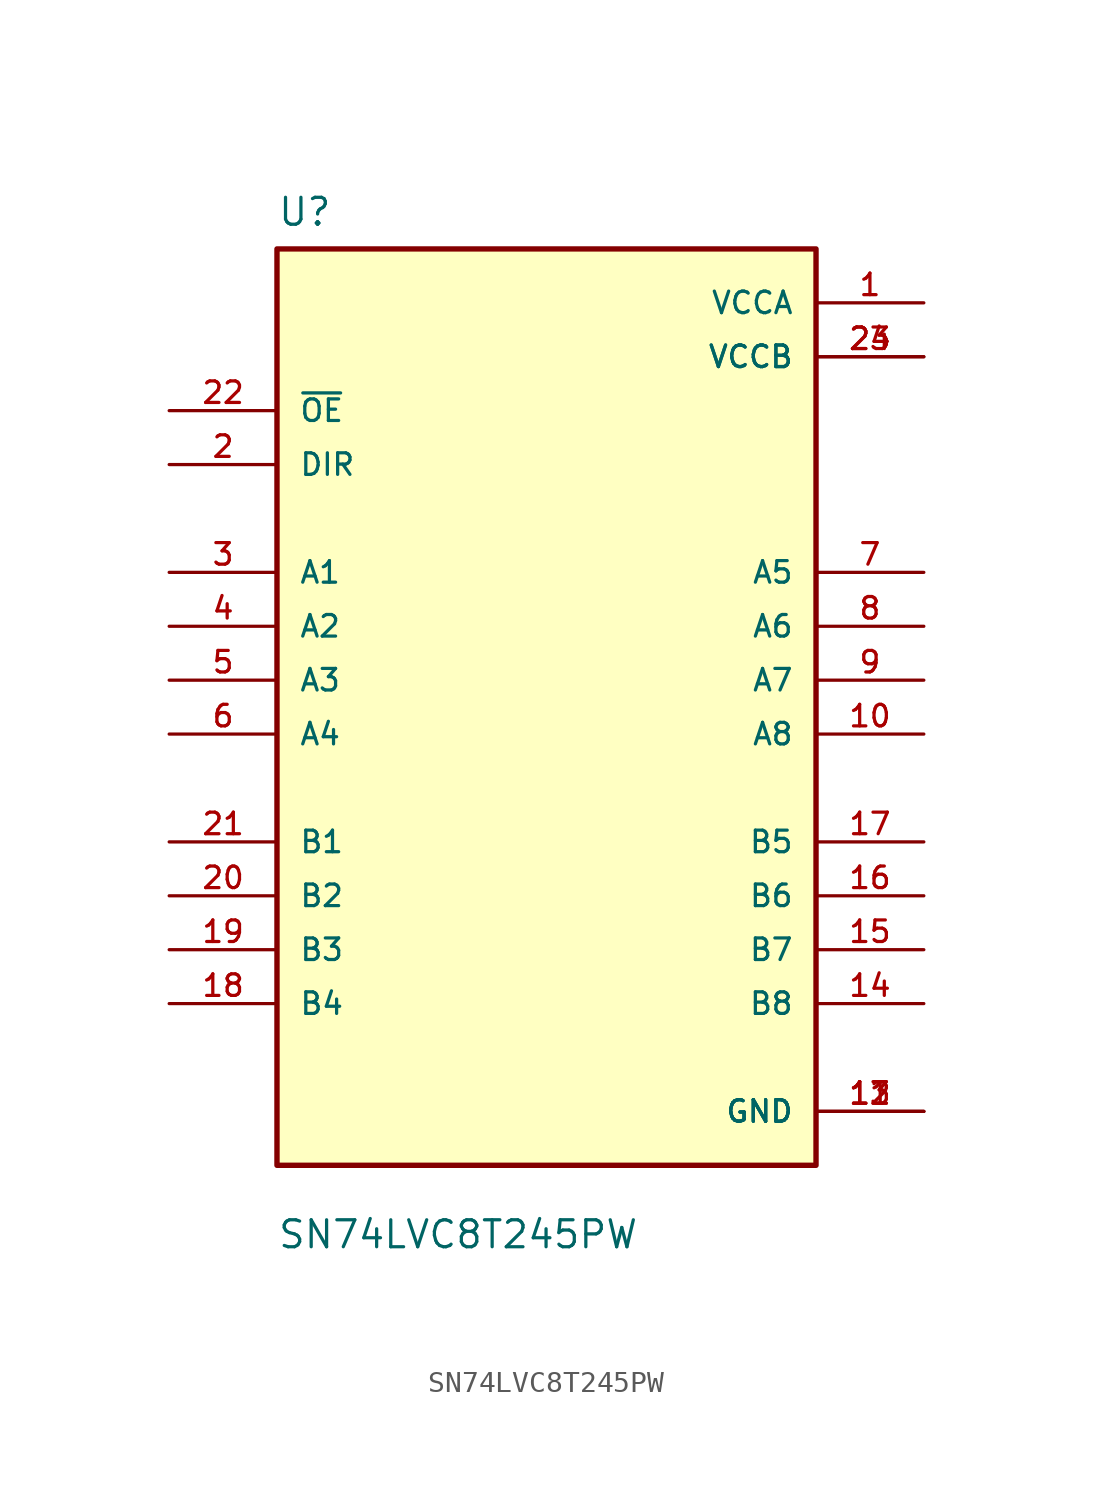
<source format=kicad_sym>
(kicad_symbol_lib
  (version 20211014)
  (generator kicad_symbol_editor)
  (symbol "SN74LVC8T245PW"
    (pin_names
      (offset 1.016))
    (property "Reference" "U"
      (at -12.7 23.86 0.0)
      (effects (font (size 1.27 1.27)) (justify bottom left)))
    (property "Value" "SN74LVC8T245PW"
      (at -12.7 -24.32 0.0)
      (effects (font (size 1.27 1.27)) (justify bottom left)))
    (symbol "SN74LVC8T245PW_0_0"
      (rectangle (start -12.7 -20.32) (end 12.7 22.86) (stroke (width 0.254)) (fill (type background)))
      (pin input line (at -17.78 15.24 0) (length 5.08) (name "~{OE}" (effects (font (size 1.016 1.016)))) (number "22" (effects (font (size 1.016 1.016)))))
      (pin bidirectional line (at -17.78 7.62 0) (length 5.08) (name "A1" (effects (font (size 1.016 1.016)))) (number "3" (effects (font (size 1.016 1.016)))))
      (pin bidirectional line (at -17.78 5.08 0) (length 5.08) (name "A2" (effects (font (size 1.016 1.016)))) (number "4" (effects (font (size 1.016 1.016)))))
      (pin bidirectional line (at -17.78 2.54 0) (length 5.08) (name "A3" (effects (font (size 1.016 1.016)))) (number "5" (effects (font (size 1.016 1.016)))))
      (pin bidirectional line (at -17.78 0.0 0) (length 5.08) (name "A4" (effects (font (size 1.016 1.016)))) (number "6" (effects (font (size 1.016 1.016)))))
      (pin bidirectional line (at -17.78 -5.08 0) (length 5.08) (name "B1" (effects (font (size 1.016 1.016)))) (number "21" (effects (font (size 1.016 1.016)))))
      (pin bidirectional line (at -17.78 -7.62 0) (length 5.08) (name "B2" (effects (font (size 1.016 1.016)))) (number "20" (effects (font (size 1.016 1.016)))))
      (pin bidirectional line (at -17.78 -10.16 0) (length 5.08) (name "B3" (effects (font (size 1.016 1.016)))) (number "19" (effects (font (size 1.016 1.016)))))
      (pin bidirectional line (at -17.78 -12.7 0) (length 5.08) (name "B4" (effects (font (size 1.016 1.016)))) (number "18" (effects (font (size 1.016 1.016)))))
      (pin input line (at -17.78 12.7 0) (length 5.08) (name "DIR" (effects (font (size 1.016 1.016)))) (number "2" (effects (font (size 1.016 1.016)))))
      (pin power_in line (at 17.78 20.32 180.0) (length 5.08) (name "VCCA" (effects (font (size 1.016 1.016)))) (number "1" (effects (font (size 1.016 1.016)))))
      (pin power_in line (at 17.78 17.78 180.0) (length 5.08) (name "VCCB" (effects (font (size 1.016 1.016)))) (number "23" (effects (font (size 1.016 1.016)))))
      (pin power_in line (at 17.78 17.78 180.0) (length 5.08) (name "VCCB" (effects (font (size 1.016 1.016)))) (number "24" (effects (font (size 1.016 1.016)))))
      (pin bidirectional line (at 17.78 7.62 180.0) (length 5.08) (name "A5" (effects (font (size 1.016 1.016)))) (number "7" (effects (font (size 1.016 1.016)))))
      (pin bidirectional line (at 17.78 5.08 180.0) (length 5.08) (name "A6" (effects (font (size 1.016 1.016)))) (number "8" (effects (font (size 1.016 1.016)))))
      (pin bidirectional line (at 17.78 2.54 180.0) (length 5.08) (name "A7" (effects (font (size 1.016 1.016)))) (number "9" (effects (font (size 1.016 1.016)))))
      (pin bidirectional line (at 17.78 0.0 180.0) (length 5.08) (name "A8" (effects (font (size 1.016 1.016)))) (number "10" (effects (font (size 1.016 1.016)))))
      (pin bidirectional line (at 17.78 -5.08 180.0) (length 5.08) (name "B5" (effects (font (size 1.016 1.016)))) (number "17" (effects (font (size 1.016 1.016)))))
      (pin bidirectional line (at 17.78 -7.62 180.0) (length 5.08) (name "B6" (effects (font (size 1.016 1.016)))) (number "16" (effects (font (size 1.016 1.016)))))
      (pin bidirectional line (at 17.78 -10.16 180.0) (length 5.08) (name "B7" (effects (font (size 1.016 1.016)))) (number "15" (effects (font (size 1.016 1.016)))))
      (pin bidirectional line (at 17.78 -12.7 180.0) (length 5.08) (name "B8" (effects (font (size 1.016 1.016)))) (number "14" (effects (font (size 1.016 1.016)))))
      (pin power_in line (at 17.78 -17.78 180.0) (length 5.08) (name "GND" (effects (font (size 1.016 1.016)))) (number "11" (effects (font (size 1.016 1.016)))))
      (pin power_in line (at 17.78 -17.78 180.0) (length 5.08) (name "GND" (effects (font (size 1.016 1.016)))) (number "12" (effects (font (size 1.016 1.016)))))
      (pin power_in line (at 17.78 -17.78 180.0) (length 5.08) (name "GND" (effects (font (size 1.016 1.016)))) (number "13" (effects (font (size 1.016 1.016))))))))
</source>
